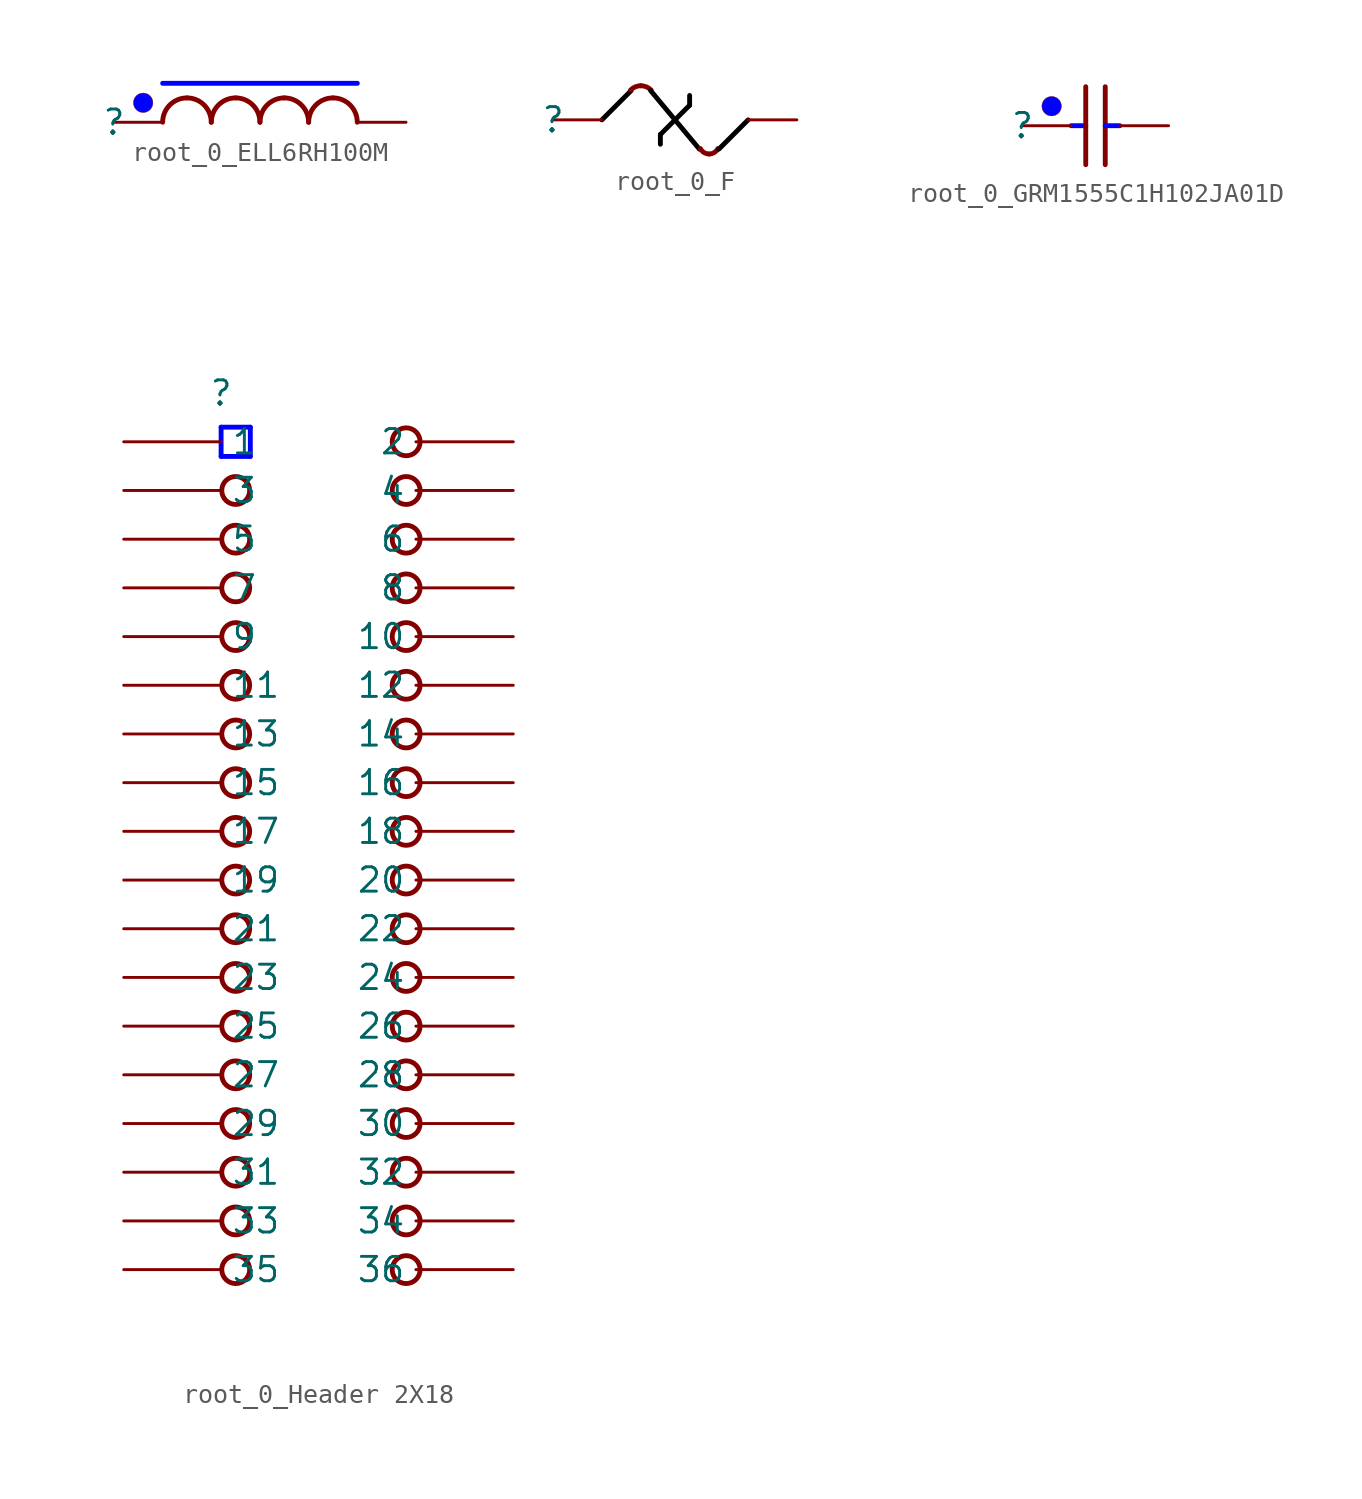
<source format=kicad_sym>
(kicad_symbol_lib
  (version 20231120)
  (generator "kicad_symbol_editor")
  (generator_version "8.0")
  (symbol "root_0_ELL6RH100M"
    (property "Reference" ""
      (at 0 0 0)
      (effects (font (size 1.27 1.27))))
    (property "Value" ""
      (at 0 0 0)
      (effects (font (size 1.27 1.27))))
    (symbol "root_0_ELL6RH100M_1_0"
      (polyline (pts (xy 2.54 2.032) (xy 12.7 2.032)) (stroke (width 0.254) (type solid) (color 0 0 255 1)) (fill (type none)))
      (circle (center 1.524 1.016) (radius 0.508) (stroke (width 0.0001) (type solid)) (fill (type color) (color 0 0 255 1)))
      (arc (start 3.81 1.27) (mid 2.912 0.898) (end 2.54 0) (stroke (width 0.254) (type solid)) (fill (type none)))
      (arc (start 5.08 0) (mid 4.708 0.898) (end 3.81 1.27) (stroke (width 0.254) (type solid)) (fill (type none)))
      (arc (start 6.35 1.27) (mid 5.452 0.898) (end 5.08 0) (stroke (width 0.254) (type solid)) (fill (type none)))
      (arc (start 7.62 0) (mid 7.248 0.898) (end 6.35 1.27) (stroke (width 0.254) (type solid)) (fill (type none)))
      (arc (start 8.89 1.27) (mid 7.992 0.898) (end 7.62 0) (stroke (width 0.254) (type solid)) (fill (type none)))
      (arc (start 10.16 0) (mid 9.788 0.898) (end 8.89 1.27) (stroke (width 0.254) (type solid)) (fill (type none)))
      (arc (start 11.43 1.27) (mid 10.532 0.898) (end 10.16 0) (stroke (width 0.254) (type solid)) (fill (type none)))
      (arc (start 12.7 0) (mid 12.328 0.898) (end 11.43 1.27) (stroke (width 0.254) (type solid)) (fill (type none)))
      (pin passive line (at 0 0 0) (length 2.54) (name "1" (effects (font (size 0 0)))) (number "1" (effects (font (size 0 0)))))
      (pin passive line (at 15.24 0 180) (length 2.54) (name "2" (effects (font (size 0 0)))) (number "2" (effects (font (size 0 0)))))))
  (symbol "root_0_F"
    (property "Reference" ""
      (at 0 0 0)
      (effects (font (size 1.27 1.27))))
    (property "Value" ""
      (at 0 0 0)
      (effects (font (size 1.27 1.27))))
    (symbol "root_0_F_1_0"
      (polyline (pts (xy 2.54 0) (xy 4.064 1.524)) (stroke (width 0.254) (type solid) (color 0 0 0 1)) (fill (type none)))
      (polyline (pts (xy 5.588 -1.27) (xy 5.588 -0.762)) (stroke (width 0.254) (type solid) (color 0 0 0 1)) (fill (type none)))
      (polyline (pts (xy 5.588 -0.762) (xy 7.112 0.762)) (stroke (width 0.254) (type solid) (color 0 0 0 1)) (fill (type none)))
      (polyline (pts (xy 7.112 0.762) (xy 7.112 1.27)) (stroke (width 0.254) (type solid) (color 0 0 0 1)) (fill (type none)))
      (polyline (pts (xy 7.62 -1.524) (xy 5.08 1.524)) (stroke (width 0.254) (type solid) (color 0 0 0 1)) (fill (type none)))
      (polyline (pts (xy 8.636 -1.524) (xy 10.16 0)) (stroke (width 0.254) (type solid) (color 0 0 0 1)) (fill (type none)))
      (arc (start 4.572 1.778) (mid 4.2804 1.72) (end 4.0332 1.5548) (stroke (width 0.254) (type solid)) (fill (type none)))
      (arc (start 5.1108 1.5548) (mid 4.8636 1.72) (end 4.572 1.778) (stroke (width 0.254) (type solid)) (fill (type none)))
      (arc (start 7.6736 -1.4972) (mid 7.8609 -1.7022) (end 8.128 -1.778) (stroke (width 0.254) (type solid)) (fill (type none)))
      (arc (start 8.128 -1.778) (mid 8.3951 -1.7021) (end 8.5824 -1.4972) (stroke (width 0.254) (type solid)) (fill (type none)))
      (pin passive line (at 0 0 0) (length 2.54) (name "1" (effects (font (size 0 0)))) (number "1" (effects (font (size 0 0)))))
      (pin passive line (at 12.7 0 180) (length 2.54) (name "2" (effects (font (size 0 0)))) (number "2" (effects (font (size 0 0)))))))
  (symbol "root_0_GRM1555C1H102JA01D"
    (property "Reference" ""
      (at 0 0 0)
      (effects (font (size 1.27 1.27))))
    (property "Value" ""
      (at 0 0 0)
      (effects (font (size 1.27 1.27))))
    (symbol "root_0_GRM1555C1H102JA01D_1_0"
      (polyline (pts (xy 2.54 0) (xy 3.302 0)) (stroke (width 0.254) (type solid) (color 0 0 255 1)) (fill (type none)))
      (polyline (pts (xy 3.302 -2.032) (xy 3.302 2.032)) (stroke (width 0.254) (type solid)) (fill (type none)))
      (polyline (pts (xy 4.318 2.032) (xy 4.318 -2.032)) (stroke (width 0.254) (type solid)) (fill (type none)))
      (polyline (pts (xy 5.08 0) (xy 4.318 0)) (stroke (width 0.254) (type solid) (color 0 0 255 1)) (fill (type none)))
      (circle (center 1.524 1.016) (radius 0.508) (stroke (width 0.0001) (type solid)) (fill (type color) (color 0 0 255 1)))
      (pin passive line (at 0 0 0) (length 2.54) (name "1" (effects (font (size 0 0)))) (number "1" (effects (font (size 0 0)))))
      (pin passive line (at 7.62 0 180) (length 2.54) (name "2" (effects (font (size 0 0)))) (number "2" (effects (font (size 0 0)))))))
  (symbol "root_0_Header 2X18"
    (property "Reference" ""
      (at 0 0 0)
      (effects (font (size 1.27 1.27))))
    (property "Value" ""
      (at 0 0 0)
      (effects (font (size 1.27 1.27))))
    (symbol "root_0_Header 2X18_1_0"
      (polyline (pts (xy 0 -3.302) (xy 0 -1.778)) (stroke (width 0.254) (type solid) (color 0 0 255 1)) (fill (type none)))
      (polyline (pts (xy 1.524 -3.302) (xy 0 -3.302)) (stroke (width 0.254) (type solid) (color 0 0 255 1)) (fill (type none)))
      (polyline (pts (xy 1.524 -3.302) (xy 1.524 -1.778)) (stroke (width 0.254) (type solid) (color 0 0 255 1)) (fill (type none)))
      (polyline (pts (xy 1.524 -1.778) (xy 0 -1.778)) (stroke (width 0.254) (type solid) (color 0 0 255 1)) (fill (type none)))
      (circle (center 0.762 -45.72) (radius 0.728) (stroke (width 0.254) (type solid)) (fill (type none)))
      (circle (center 0.762 -43.18) (radius 0.728) (stroke (width 0.254) (type solid)) (fill (type none)))
      (circle (center 0.762 -40.64) (radius 0.728) (stroke (width 0.254) (type solid)) (fill (type none)))
      (circle (center 0.762 -38.1) (radius 0.728) (stroke (width 0.254) (type solid)) (fill (type none)))
      (circle (center 0.762 -35.56) (radius 0.728) (stroke (width 0.254) (type solid)) (fill (type none)))
      (circle (center 0.762 -33.02) (radius 0.728) (stroke (width 0.254) (type solid)) (fill (type none)))
      (circle (center 0.762 -30.48) (radius 0.728) (stroke (width 0.254) (type solid)) (fill (type none)))
      (circle (center 0.762 -27.94) (radius 0.728) (stroke (width 0.254) (type solid)) (fill (type none)))
      (circle (center 0.762 -25.4) (radius 0.728) (stroke (width 0.254) (type solid)) (fill (type none)))
      (circle (center 0.762 -22.86) (radius 0.728) (stroke (width 0.254) (type solid)) (fill (type none)))
      (circle (center 0.762 -20.32) (radius 0.728) (stroke (width 0.254) (type solid)) (fill (type none)))
      (circle (center 0.762 -17.78) (radius 0.728) (stroke (width 0.254) (type solid)) (fill (type none)))
      (circle (center 0.762 -15.24) (radius 0.728) (stroke (width 0.254) (type solid)) (fill (type none)))
      (circle (center 0.762 -12.7) (radius 0.728) (stroke (width 0.254) (type solid)) (fill (type none)))
      (circle (center 0.762 -10.16) (radius 0.728) (stroke (width 0.254) (type solid)) (fill (type none)))
      (circle (center 0.762 -7.62) (radius 0.728) (stroke (width 0.254) (type solid)) (fill (type none)))
      (circle (center 0.762 -5.08) (radius 0.728) (stroke (width 0.254) (type solid)) (fill (type none)))
      (circle (center 9.652 -45.72) (radius 0.728) (stroke (width 0.254) (type solid)) (fill (type none)))
      (circle (center 9.652 -43.18) (radius 0.728) (stroke (width 0.254) (type solid)) (fill (type none)))
      (circle (center 9.652 -40.64) (radius 0.728) (stroke (width 0.254) (type solid)) (fill (type none)))
      (circle (center 9.652 -38.1) (radius 0.728) (stroke (width 0.254) (type solid)) (fill (type none)))
      (circle (center 9.652 -35.56) (radius 0.728) (stroke (width 0.254) (type solid)) (fill (type none)))
      (circle (center 9.652 -33.02) (radius 0.728) (stroke (width 0.254) (type solid)) (fill (type none)))
      (circle (center 9.652 -30.48) (radius 0.728) (stroke (width 0.254) (type solid)) (fill (type none)))
      (circle (center 9.652 -27.94) (radius 0.728) (stroke (width 0.254) (type solid)) (fill (type none)))
      (circle (center 9.652 -25.4) (radius 0.728) (stroke (width 0.254) (type solid)) (fill (type none)))
      (circle (center 9.652 -22.86) (radius 0.728) (stroke (width 0.254) (type solid)) (fill (type none)))
      (circle (center 9.652 -20.32) (radius 0.728) (stroke (width 0.254) (type solid)) (fill (type none)))
      (circle (center 9.652 -17.78) (radius 0.728) (stroke (width 0.254) (type solid)) (fill (type none)))
      (circle (center 9.652 -15.24) (radius 0.728) (stroke (width 0.254) (type solid)) (fill (type none)))
      (circle (center 9.652 -12.7) (radius 0.728) (stroke (width 0.254) (type solid)) (fill (type none)))
      (circle (center 9.652 -10.16) (radius 0.728) (stroke (width 0.254) (type solid)) (fill (type none)))
      (circle (center 9.652 -7.62) (radius 0.728) (stroke (width 0.254) (type solid)) (fill (type none)))
      (circle (center 9.652 -5.08) (radius 0.728) (stroke (width 0.254) (type solid)) (fill (type none)))
      (circle (center 9.652 -2.54) (radius 0.728) (stroke (width 0.254) (type solid)) (fill (type none)))
      (pin passive line (at -5.08 -2.54 0) (length 5.08) (name "1" (effects (font (size 1.27 1.27)))) (number "1" (effects (font (size 0 0)))))
      (pin passive line (at 15.24 -12.7 180) (length 5.08) (name "10" (effects (font (size 1.27 1.27)))) (number "10" (effects (font (size 0 0)))))
      (pin passive line (at -5.08 -15.24 0) (length 5.08) (name "11" (effects (font (size 1.27 1.27)))) (number "11" (effects (font (size 0 0)))))
      (pin passive line (at 15.24 -15.24 180) (length 5.08) (name "12" (effects (font (size 1.27 1.27)))) (number "12" (effects (font (size 0 0)))))
      (pin passive line (at -5.08 -17.78 0) (length 5.08) (name "13" (effects (font (size 1.27 1.27)))) (number "13" (effects (font (size 0 0)))))
      (pin passive line (at 15.24 -17.78 180) (length 5.08) (name "14" (effects (font (size 1.27 1.27)))) (number "14" (effects (font (size 0 0)))))
      (pin passive line (at -5.08 -20.32 0) (length 5.08) (name "15" (effects (font (size 1.27 1.27)))) (number "15" (effects (font (size 0 0)))))
      (pin passive line (at 15.24 -20.32 180) (length 5.08) (name "16" (effects (font (size 1.27 1.27)))) (number "16" (effects (font (size 0 0)))))
      (pin passive line (at -5.08 -22.86 0) (length 5.08) (name "17" (effects (font (size 1.27 1.27)))) (number "17" (effects (font (size 0 0)))))
      (pin passive line (at 15.24 -22.86 180) (length 5.08) (name "18" (effects (font (size 1.27 1.27)))) (number "18" (effects (font (size 0 0)))))
      (pin passive line (at -5.08 -25.4 0) (length 5.08) (name "19" (effects (font (size 1.27 1.27)))) (number "19" (effects (font (size 0 0)))))
      (pin passive line (at 15.24 -2.54 180) (length 5.08) (name "2" (effects (font (size 1.27 1.27)))) (number "2" (effects (font (size 0 0)))))
      (pin passive line (at 15.24 -25.4 180) (length 5.08) (name "20" (effects (font (size 1.27 1.27)))) (number "20" (effects (font (size 0 0)))))
      (pin passive line (at -5.08 -27.94 0) (length 5.08) (name "21" (effects (font (size 1.27 1.27)))) (number "21" (effects (font (size 0 0)))))
      (pin passive line (at 15.24 -27.94 180) (length 5.08) (name "22" (effects (font (size 1.27 1.27)))) (number "22" (effects (font (size 0 0)))))
      (pin passive line (at -5.08 -30.48 0) (length 5.08) (name "23" (effects (font (size 1.27 1.27)))) (number "23" (effects (font (size 0 0)))))
      (pin passive line (at 15.24 -30.48 180) (length 5.08) (name "24" (effects (font (size 1.27 1.27)))) (number "24" (effects (font (size 0 0)))))
      (pin passive line (at -5.08 -33.02 0) (length 5.08) (name "25" (effects (font (size 1.27 1.27)))) (number "25" (effects (font (size 0 0)))))
      (pin passive line (at 15.24 -33.02 180) (length 5.08) (name "26" (effects (font (size 1.27 1.27)))) (number "26" (effects (font (size 0 0)))))
      (pin passive line (at -5.08 -35.56 0) (length 5.08) (name "27" (effects (font (size 1.27 1.27)))) (number "27" (effects (font (size 0 0)))))
      (pin passive line (at 15.24 -35.56 180) (length 5.08) (name "28" (effects (font (size 1.27 1.27)))) (number "28" (effects (font (size 0 0)))))
      (pin passive line (at -5.08 -38.1 0) (length 5.08) (name "29" (effects (font (size 1.27 1.27)))) (number "29" (effects (font (size 0 0)))))
      (pin passive line (at -5.08 -5.08 0) (length 5.08) (name "3" (effects (font (size 1.27 1.27)))) (number "3" (effects (font (size 0 0)))))
      (pin passive line (at 15.24 -38.1 180) (length 5.08) (name "30" (effects (font (size 1.27 1.27)))) (number "30" (effects (font (size 0 0)))))
      (pin passive line (at -5.08 -40.64 0) (length 5.08) (name "31" (effects (font (size 1.27 1.27)))) (number "31" (effects (font (size 0 0)))))
      (pin passive line (at 15.24 -40.64 180) (length 5.08) (name "32" (effects (font (size 1.27 1.27)))) (number "32" (effects (font (size 0 0)))))
      (pin passive line (at -5.08 -43.18 0) (length 5.08) (name "33" (effects (font (size 1.27 1.27)))) (number "33" (effects (font (size 0 0)))))
      (pin passive line (at 15.24 -43.18 180) (length 5.08) (name "34" (effects (font (size 1.27 1.27)))) (number "34" (effects (font (size 0 0)))))
      (pin passive line (at -5.08 -45.72 0) (length 5.08) (name "35" (effects (font (size 1.27 1.27)))) (number "35" (effects (font (size 0 0)))))
      (pin passive line (at 15.24 -45.72 180) (length 5.08) (name "36" (effects (font (size 1.27 1.27)))) (number "36" (effects (font (size 0 0)))))
      (pin passive line (at 15.24 -5.08 180) (length 5.08) (name "4" (effects (font (size 1.27 1.27)))) (number "4" (effects (font (size 0 0)))))
      (pin passive line (at -5.08 -7.62 0) (length 5.08) (name "5" (effects (font (size 1.27 1.27)))) (number "5" (effects (font (size 0 0)))))
      (pin passive line (at 15.24 -7.62 180) (length 5.08) (name "6" (effects (font (size 1.27 1.27)))) (number "6" (effects (font (size 0 0)))))
      (pin passive line (at -5.08 -10.16 0) (length 5.08) (name "7" (effects (font (size 1.27 1.27)))) (number "7" (effects (font (size 0 0)))))
      (pin passive line (at 15.24 -10.16 180) (length 5.08) (name "8" (effects (font (size 1.27 1.27)))) (number "8" (effects (font (size 0 0)))))
      (pin passive line (at -5.08 -12.7 0) (length 5.08) (name "9" (effects (font (size 1.27 1.27)))) (number "9" (effects (font (size 0 0))))))))
</source>
